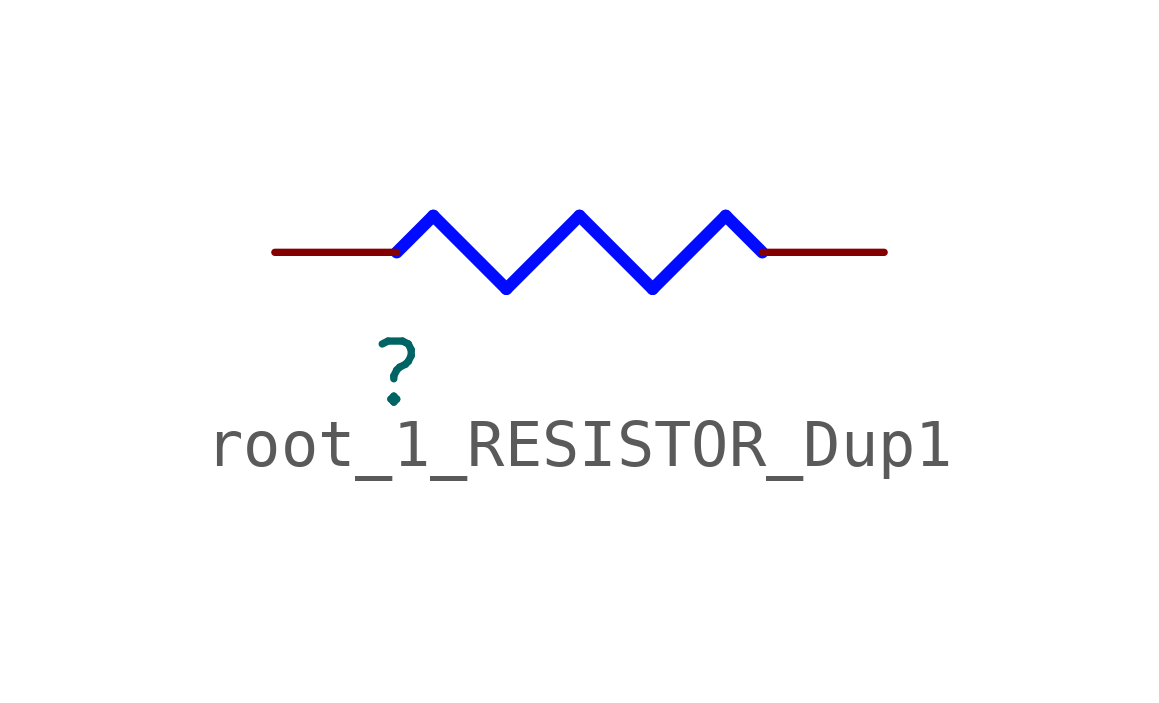
<source format=kicad_sym>
(kicad_symbol_lib
  (version 20231120)
  (generator "kicad_symbol_editor")
  (generator_version "8.0")
  (symbol "root_1_RESISTOR_Dup1"
    (property "Reference" ""
      (at 0 0 0)
      (effects (font (size 1.27 1.27))))
    (property "Value" ""
      (at 0 0 0)
      (effects (font (size 1.27 1.27))))
    (symbol "root_1_RESISTOR_Dup1_1_0"
      (polyline (pts (xy 0 2.54) (xy 0.762 3.302)) (stroke (width 0.254) (type solid) (color 0 11 255 1)) (fill (type none)))
      (polyline (pts (xy 0.762 3.302) (xy 2.286 1.778)) (stroke (width 0.254) (type solid) (color 0 11 255 1)) (fill (type none)))
      (polyline (pts (xy 2.286 1.778) (xy 3.81 3.302)) (stroke (width 0.254) (type solid) (color 0 11 255 1)) (fill (type none)))
      (polyline (pts (xy 3.81 3.302) (xy 5.334 1.778)) (stroke (width 0.254) (type solid) (color 0 11 255 1)) (fill (type none)))
      (polyline (pts (xy 5.334 1.778) (xy 6.858 3.302)) (stroke (width 0.254) (type solid) (color 0 11 255 1)) (fill (type none)))
      (polyline (pts (xy 6.858 3.302) (xy 7.62 2.54)) (stroke (width 0.254) (type solid) (color 0 11 255 1)) (fill (type none)))
      (pin passive line (at -2.54 2.54 0) (length 2.54) (name "1" (effects (font (size 0 0)))) (number "1" (effects (font (size 0 0)))))
      (pin passive line (at 10.16 2.54 180) (length 2.54) (name "2" (effects (font (size 0 0)))) (number "2" (effects (font (size 0 0))))))))
</source>
